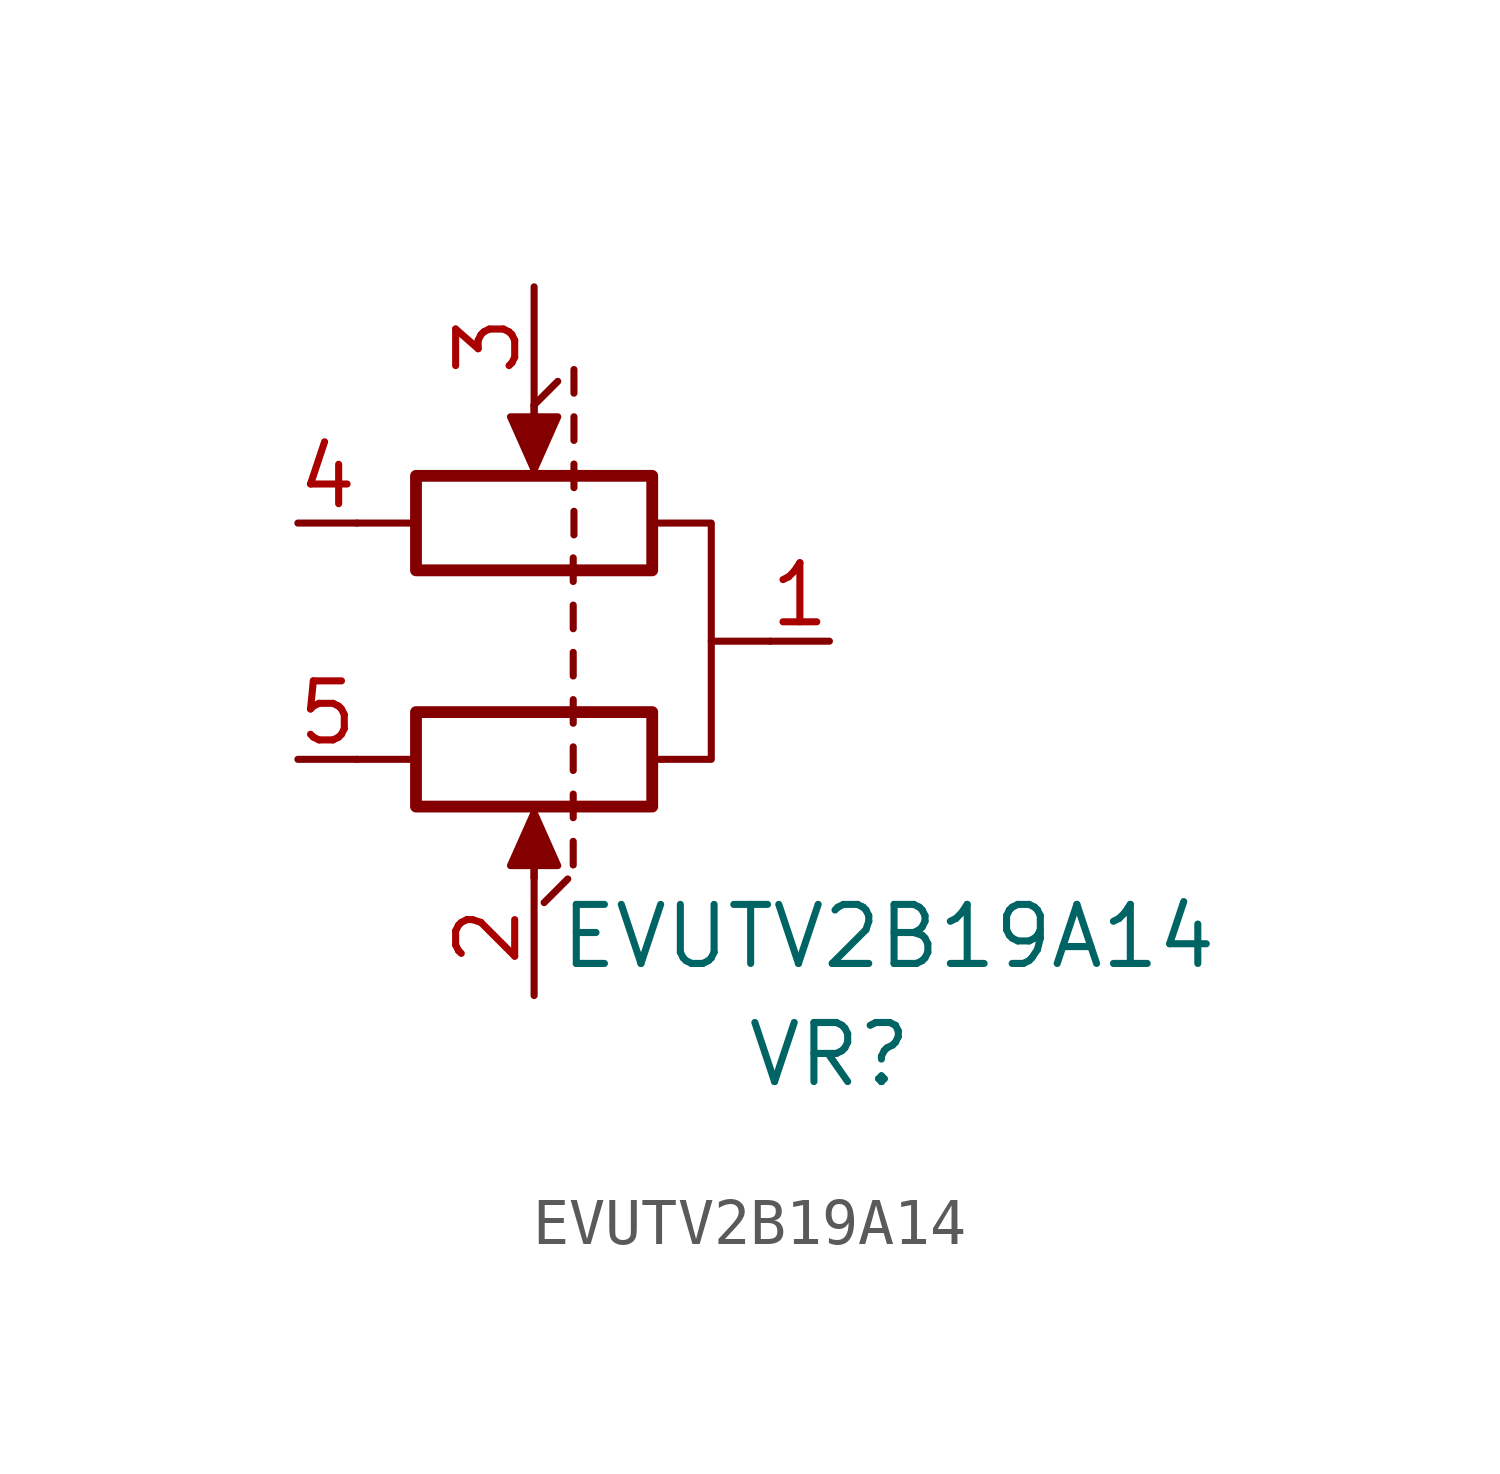
<source format=kicad_sym>
(kicad_symbol_lib
  (version 20220914)
  (generator kicad_symbol_editor)
  (symbol "EVUTV2B19A14"
    (pin_names
      (offset 1.016) hide)
    (property "Reference" "VR"
      (at 0 -13.97 0)
      (effects (font (size 1.27 1.27))))
    (property "Value" "EVUTV2B19A14"
      (at 1.27 -11.43 0)
      (effects (font (size 1.27 1.27))))
    (symbol "EVUTV2B19A14_0_1"
      (rectangle (start -8.89 -1.524) (end -3.81 -3.556) (stroke (width 0.254) (type default)) (fill (type none)))
      (rectangle (start -3.81 -8.636) (end -8.89 -6.604) (stroke (width 0.254) (type default)) (fill (type none)))
      (polyline (pts (xy -10.16 -7.62) (xy -8.89 -7.62)) (stroke (width 0) (type default)) (fill (type none)))
      (polyline (pts (xy -10.16 -2.54) (xy -8.89 -2.54)) (stroke (width 0) (type default)) (fill (type none)))
      (polyline (pts (xy -6.35 -10.16) (xy -6.35 -9.144)) (stroke (width 0) (type default)) (fill (type none)))
      (polyline (pts (xy -6.35 -10.16) (xy -6.35 -9.144)) (stroke (width 0) (type default)) (fill (type none)))
      (polyline (pts (xy -6.35 0) (xy -6.35 -1.016)) (stroke (width 0) (type default)) (fill (type none)))
      (polyline (pts (xy -6.35 0) (xy -6.35 -1.016)) (stroke (width 0) (type default)) (fill (type none)))
      (polyline (pts (xy -6.35 0) (xy -5.842 0.508)) (stroke (width 0) (type default)) (fill (type none)))
      (polyline (pts (xy -6.134 -10.701) (xy -5.626 -10.193)) (stroke (width 0) (type default)) (fill (type none)))
      (polyline (pts (xy -5.509 -9.384) (xy -5.509 -9.892)) (stroke (width 0) (type default)) (fill (type none)))
      (polyline (pts (xy -5.509 -8.368) (xy -5.509 -8.876)) (stroke (width 0) (type default)) (fill (type none)))
      (polyline (pts (xy -5.509 -7.352) (xy -5.509 -7.86)) (stroke (width 0) (type default)) (fill (type none)))
      (polyline (pts (xy -5.509 -6.336) (xy -5.509 -6.844)) (stroke (width 0) (type default)) (fill (type none)))
      (polyline (pts (xy -5.509 -5.32) (xy -5.509 -5.828)) (stroke (width 0) (type default)) (fill (type none)))
      (polyline (pts (xy -5.509 -4.304) (xy -5.509 -4.812)) (stroke (width 0) (type default)) (fill (type none)))
      (polyline (pts (xy -5.509 -3.288) (xy -5.509 -3.796)) (stroke (width 0) (type default)) (fill (type none)))
      (polyline (pts (xy -5.493 -2.794) (xy -5.493 -2.286)) (stroke (width 0) (type default)) (fill (type none)))
      (polyline (pts (xy -5.493 -1.778) (xy -5.493 -1.27)) (stroke (width 0) (type default)) (fill (type none)))
      (polyline (pts (xy -5.493 -0.762) (xy -5.493 -0.254)) (stroke (width 0) (type default)) (fill (type none)))
      (polyline (pts (xy -5.493 0.254) (xy -5.493 0.762)) (stroke (width 0) (type default)) (fill (type none)))
      (polyline (pts (xy -1.27 -5.08) (xy -2.54 -5.08)) (stroke (width 0) (type default)) (fill (type none)))
      (polyline (pts (xy -6.35 -8.763) (xy -5.842 -9.906) (xy -6.858 -9.906) (xy -6.35 -8.763)) (stroke (width 0) (type default)) (fill (type outline)))
      (polyline (pts (xy -6.35 -1.397) (xy -6.858 -0.254) (xy -5.842 -0.254) (xy -6.35 -1.397)) (stroke (width 0) (type default)) (fill (type outline)))
      (polyline (pts (xy -3.81 -2.54) (xy -2.54 -2.54) (xy -2.54 -5.08) (xy -2.54 -7.62) (xy -3.81 -7.62)) (stroke (width 0) (type default)) (fill (type none))))
    (symbol "EVUTV2B19A14_1_1"
      (pin passive line (at 0 -5.08 180) (length 1.27) (name "1" (effects (font (size 1.27 1.27)))) (number "1" (effects (font (size 1.27 1.27)))))
      (pin passive line (at -6.35 -12.7 90) (length 2.54) (name "2" (effects (font (size 1.27 1.27)))) (number "2" (effects (font (size 1.27 1.27)))))
      (pin passive line (at -6.35 2.54 270) (length 2.54) (name "3" (effects (font (size 1.27 1.27)))) (number "3" (effects (font (size 1.27 1.27)))))
      (pin passive line (at -11.43 -2.54 0) (length 1.27) (name "4" (effects (font (size 1.27 1.27)))) (number "4" (effects (font (size 1.27 1.27)))))
      (pin passive line (at -11.43 -7.62 0) (length 1.27) (name "5" (effects (font (size 1.27 1.27)))) (number "5" (effects (font (size 1.27 1.27))))))))
</source>
